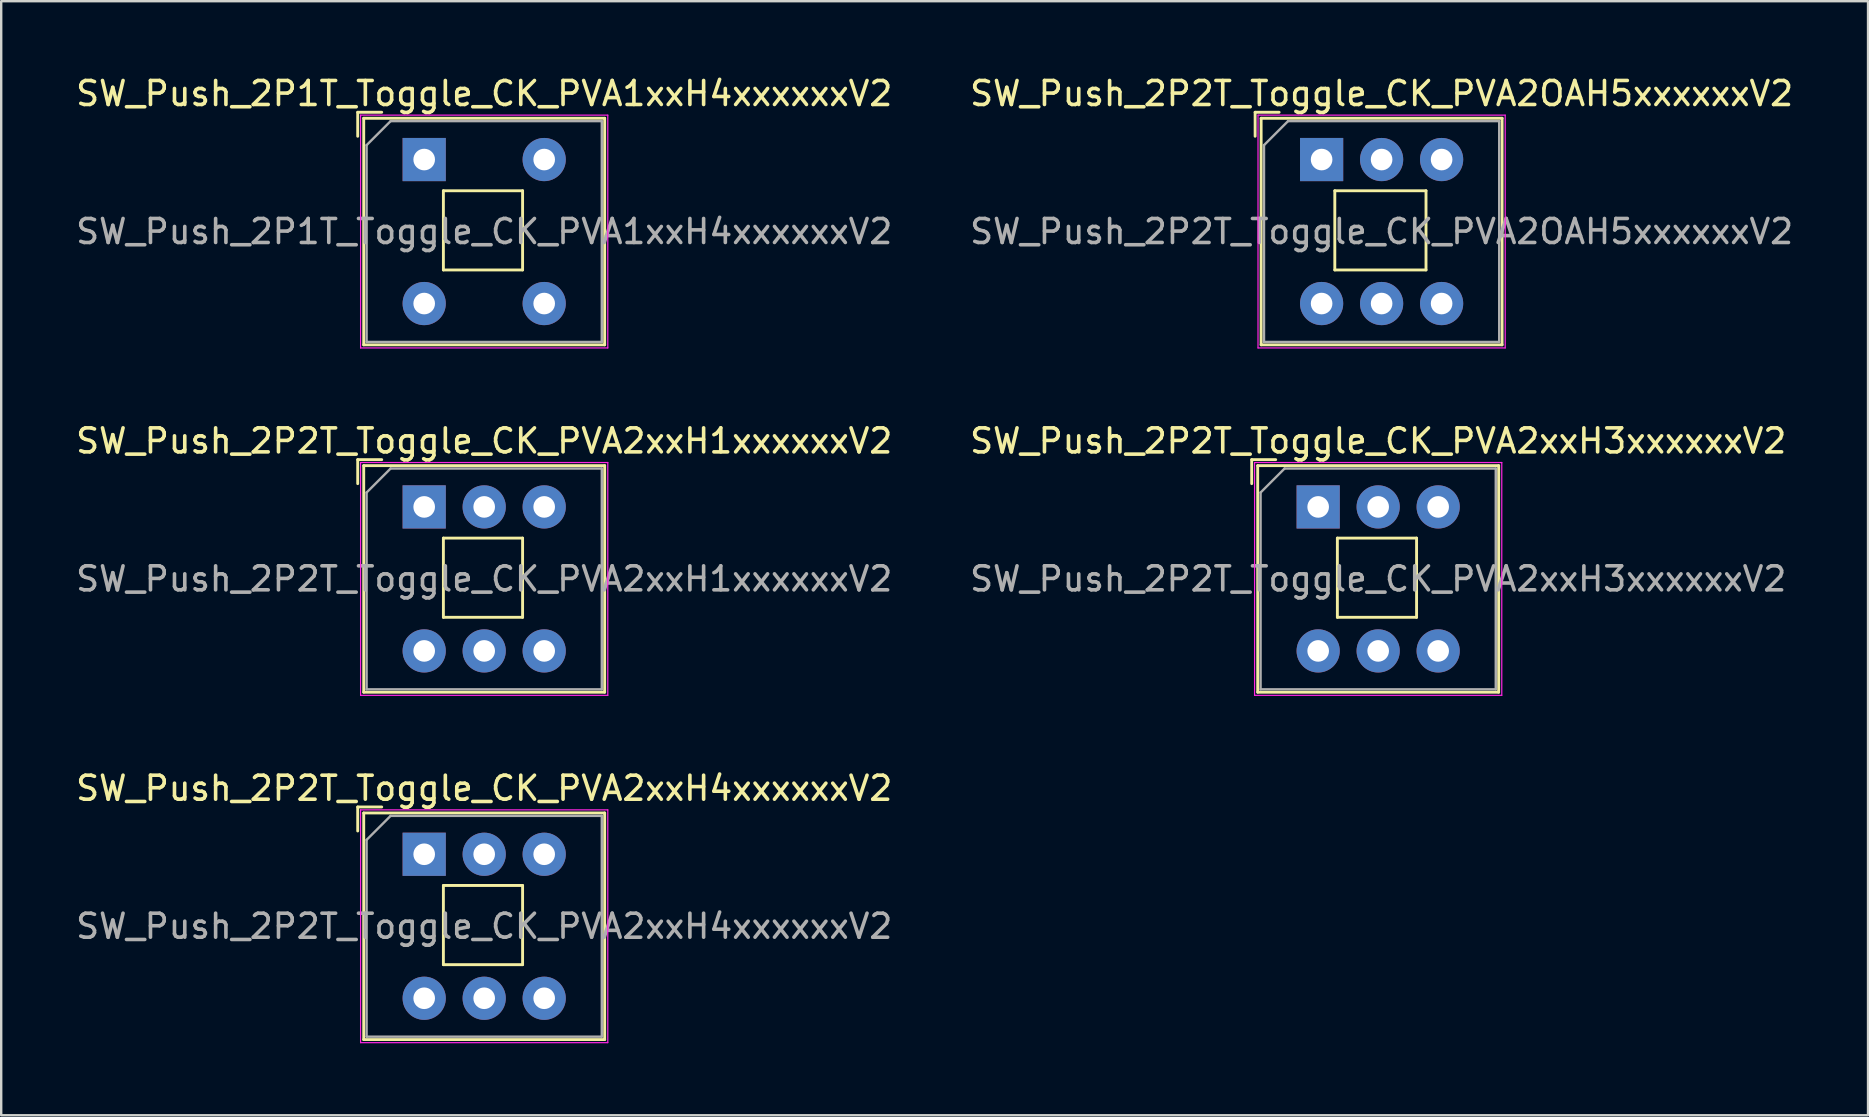
<source format=kicad_pcb>
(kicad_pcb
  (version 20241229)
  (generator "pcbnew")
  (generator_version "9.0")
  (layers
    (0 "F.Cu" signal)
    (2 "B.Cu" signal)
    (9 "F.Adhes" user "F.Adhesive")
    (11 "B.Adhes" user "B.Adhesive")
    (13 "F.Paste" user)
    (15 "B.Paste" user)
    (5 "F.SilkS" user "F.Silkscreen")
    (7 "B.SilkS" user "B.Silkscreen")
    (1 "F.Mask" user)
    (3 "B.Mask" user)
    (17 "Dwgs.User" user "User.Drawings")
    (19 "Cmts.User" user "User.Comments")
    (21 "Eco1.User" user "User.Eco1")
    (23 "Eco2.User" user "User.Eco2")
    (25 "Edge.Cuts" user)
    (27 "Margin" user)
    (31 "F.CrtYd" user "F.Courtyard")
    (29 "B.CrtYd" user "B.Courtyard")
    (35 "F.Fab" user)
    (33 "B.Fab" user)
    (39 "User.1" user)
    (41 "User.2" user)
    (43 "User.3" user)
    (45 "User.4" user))
  (footprint "SW_Push_2P2T_Toggle_CK_PVA2OAH5xxxxxxV2"
    (layer "F.Cu")
    (at 52.018 3.598)
    (property "Reference" "SW_Push_2P2T_Toggle_CK_PVA2OAH5xxxxxxV2" (at 2.5 -2.75 0) (layer "F.SilkS") (effects (font (size 1 1) (thickness 0.15))))
    (attr through_hole)
    (fp_line (start -2.77 -0.97) (end -2.77 -1.97) (stroke (width 0.12) (type solid)) (layer "F.SilkS"))
    (fp_line (start -2.52 7.72) (end -2.52 -1.72) (stroke (width 0.12) (type solid)) (layer "F.SilkS"))
    (fp_line (start -1.77 -1.97) (end -2.77 -1.97) (stroke (width 0.12) (type solid)) (layer "F.SilkS"))
    (fp_line (start 0.55 1.3) (end 0.55 4.6) (stroke (width 0.12) (type solid)) (layer "F.SilkS"))
    (fp_line (start 4.35 1.3) (end 0.55 1.3) (stroke (width 0.12) (type solid)) (layer "F.SilkS"))
    (fp_line (start 4.35 1.3) (end 4.35 4.6) (stroke (width 0.12) (type solid)) (layer "F.SilkS"))
    (fp_line (start 4.35 4.6) (end 0.55 4.6) (stroke (width 0.12) (type solid)) (layer "F.SilkS"))
    (fp_line (start 7.52 -1.72) (end -2.52 -1.72) (stroke (width 0.12) (type solid)) (layer "F.SilkS"))
    (fp_line (start 7.52 7.72) (end -2.52 7.72) (stroke (width 0.12) (type solid)) (layer "F.SilkS"))
    (fp_line (start 7.52 7.72) (end 7.52 -1.72) (stroke (width 0.12) (type solid)) (layer "F.SilkS"))
    (fp_line (start -2.65 -1.85) (end 7.65 -1.85) (stroke (width 0.05) (type solid)) (layer "F.CrtYd"))
    (fp_line (start -2.65 7.85) (end -2.65 -1.85) (stroke (width 0.05) (type solid)) (layer "F.CrtYd"))
    (fp_line (start -2.65 7.85) (end 7.65 7.85) (stroke (width 0.05) (type solid)) (layer "F.CrtYd"))
    (fp_line (start 7.65 -1.85) (end 7.65 7.85) (stroke (width 0.05) (type solid)) (layer "F.CrtYd"))
    (fp_line (start -2.4 -0.6) (end -1.4 -1.6) (stroke (width 0.1) (type solid)) (layer "F.Fab"))
    (fp_line (start -2.4 7.6) (end -2.4 -0.6) (stroke (width 0.1) (type solid)) (layer "F.Fab"))
    (fp_line (start -1.4 -1.6) (end 7.4 -1.6) (stroke (width 0.1) (type solid)) (layer "F.Fab"))
    (fp_line (start 7.4 -1.6) (end 7.4 7.6) (stroke (width 0.1) (type solid)) (layer "F.Fab"))
    (fp_line (start 7.4 7.6) (end -2.4 7.6) (stroke (width 0.1) (type solid)) (layer "F.Fab"))
    (fp_text user "${REFERENCE}" (at 2.5 3 0) (layer "F.Fab") (effects (font (size 1 1) (thickness 0.15))))
    (pad "1" thru_hole rect (at 0 0) (size 1.8 1.8) (drill 0.9) (layers "*.Cu" "*.Mask"))
    (pad "2" thru_hole circle (at 2.5 0) (size 1.8 1.8) (drill 0.9) (layers "*.Cu" "*.Mask"))
    (pad "3" thru_hole circle (at 5 0) (size 1.8 1.8) (drill 0.9) (layers "*.Cu" "*.Mask"))
    (pad "4" thru_hole circle (at 0 6) (size 1.8 1.8) (drill 0.9) (layers "*.Cu" "*.Mask"))
    (pad "5" thru_hole circle (at 2.5 6) (size 1.8 1.8) (drill 0.9) (layers "*.Cu" "*.Mask"))
    (pad "6" thru_hole circle (at 5 6) (size 1.8 1.8) (drill 0.9) (layers "*.Cu" "*.Mask")))
  (footprint "SW_Push_2P1T_Toggle_CK_PVA1xxH4xxxxxxV2"
    (layer "F.Cu")
    (at 14.625 3.598)
    (property "Reference" "SW_Push_2P1T_Toggle_CK_PVA1xxH4xxxxxxV2" (at 2.5 -2.75 0) (layer "F.SilkS") (effects (font (size 1 1) (thickness 0.15))))
    (attr through_hole)
    (fp_line (start -2.77 -0.97) (end -2.77 -1.97) (stroke (width 0.12) (type solid)) (layer "F.SilkS"))
    (fp_line (start -2.52 7.72) (end -2.52 -1.72) (stroke (width 0.12) (type solid)) (layer "F.SilkS"))
    (fp_line (start -1.77 -1.97) (end -2.77 -1.97) (stroke (width 0.12) (type solid)) (layer "F.SilkS"))
    (fp_line (start 0.8 1.3) (end 0.8 4.6) (stroke (width 0.12) (type solid)) (layer "F.SilkS"))
    (fp_line (start 4.1 1.3) (end 0.8 1.3) (stroke (width 0.12) (type solid)) (layer "F.SilkS"))
    (fp_line (start 4.1 1.3) (end 4.1 4.6) (stroke (width 0.12) (type solid)) (layer "F.SilkS"))
    (fp_line (start 4.1 4.6) (end 0.8 4.6) (stroke (width 0.12) (type solid)) (layer "F.SilkS"))
    (fp_line (start 7.52 -1.72) (end -2.52 -1.72) (stroke (width 0.12) (type solid)) (layer "F.SilkS"))
    (fp_line (start 7.52 7.72) (end -2.52 7.72) (stroke (width 0.12) (type solid)) (layer "F.SilkS"))
    (fp_line (start 7.52 7.72) (end 7.52 -1.72) (stroke (width 0.12) (type solid)) (layer "F.SilkS"))
    (fp_line (start -2.65 -1.85) (end 7.65 -1.85) (stroke (width 0.05) (type solid)) (layer "F.CrtYd"))
    (fp_line (start -2.65 7.85) (end -2.65 -1.85) (stroke (width 0.05) (type solid)) (layer "F.CrtYd"))
    (fp_line (start -2.65 7.85) (end 7.65 7.85) (stroke (width 0.05) (type solid)) (layer "F.CrtYd"))
    (fp_line (start 7.65 -1.85) (end 7.65 7.85) (stroke (width 0.05) (type solid)) (layer "F.CrtYd"))
    (fp_line (start -2.4 -0.6) (end -1.4 -1.6) (stroke (width 0.1) (type solid)) (layer "F.Fab"))
    (fp_line (start -2.4 7.6) (end -2.4 -0.6) (stroke (width 0.1) (type solid)) (layer "F.Fab"))
    (fp_line (start -1.4 -1.6) (end 7.4 -1.6) (stroke (width 0.1) (type solid)) (layer "F.Fab"))
    (fp_line (start 7.4 -1.6) (end 7.4 7.6) (stroke (width 0.1) (type solid)) (layer "F.Fab"))
    (fp_line (start 7.4 7.6) (end -2.4 7.6) (stroke (width 0.1) (type solid)) (layer "F.Fab"))
    (fp_text user "${REFERENCE}" (at 2.5 3 0) (layer "F.Fab") (effects (font (size 1 1) (thickness 0.15))))
    (pad "1" thru_hole rect (at 0 0) (size 1.8 1.8) (drill 0.9) (layers "*.Cu" "*.Mask"))
    (pad "2" thru_hole circle (at 5 0) (size 1.8 1.8) (drill 0.9) (layers "*.Cu" "*.Mask"))
    (pad "3" thru_hole circle (at 0 6) (size 1.8 1.8) (drill 0.9) (layers "*.Cu" "*.Mask"))
    (pad "4" thru_hole circle (at 5 6) (size 1.8 1.8) (drill 0.9) (layers "*.Cu" "*.Mask")))
  (footprint "SW_Push_2P2T_Toggle_CK_PVA2xxH1xxxxxxV2"
    (layer "F.Cu")
    (at 14.625 18.072)
    (property "Reference" "SW_Push_2P2T_Toggle_CK_PVA2xxH1xxxxxxV2" (at 2.5 -2.75 0) (layer "F.SilkS") (effects (font (size 1 1) (thickness 0.15))))
    (attr through_hole)
    (fp_line (start -2.77 -0.97) (end -2.77 -1.97) (stroke (width 0.12) (type solid)) (layer "F.SilkS"))
    (fp_line (start -2.52 7.72) (end -2.52 -1.72) (stroke (width 0.12) (type solid)) (layer "F.SilkS"))
    (fp_line (start -1.77 -1.97) (end -2.77 -1.97) (stroke (width 0.12) (type solid)) (layer "F.SilkS"))
    (fp_line (start 0.8 1.3) (end 0.8 4.6) (stroke (width 0.12) (type solid)) (layer "F.SilkS"))
    (fp_line (start 4.1 1.3) (end 0.8 1.3) (stroke (width 0.12) (type solid)) (layer "F.SilkS"))
    (fp_line (start 4.1 1.3) (end 4.1 4.6) (stroke (width 0.12) (type solid)) (layer "F.SilkS"))
    (fp_line (start 4.1 4.6) (end 0.8 4.6) (stroke (width 0.12) (type solid)) (layer "F.SilkS"))
    (fp_line (start 7.52 -1.72) (end -2.52 -1.72) (stroke (width 0.12) (type solid)) (layer "F.SilkS"))
    (fp_line (start 7.52 7.72) (end -2.52 7.72) (stroke (width 0.12) (type solid)) (layer "F.SilkS"))
    (fp_line (start 7.52 7.72) (end 7.52 -1.72) (stroke (width 0.12) (type solid)) (layer "F.SilkS"))
    (fp_line (start -2.65 -1.85) (end 7.65 -1.85) (stroke (width 0.05) (type solid)) (layer "F.CrtYd"))
    (fp_line (start -2.65 7.85) (end -2.65 -1.85) (stroke (width 0.05) (type solid)) (layer "F.CrtYd"))
    (fp_line (start -2.65 7.85) (end 7.65 7.85) (stroke (width 0.05) (type solid)) (layer "F.CrtYd"))
    (fp_line (start 7.65 -1.85) (end 7.65 7.85) (stroke (width 0.05) (type solid)) (layer "F.CrtYd"))
    (fp_line (start -2.4 -0.6) (end -1.4 -1.6) (stroke (width 0.1) (type solid)) (layer "F.Fab"))
    (fp_line (start -2.4 7.6) (end -2.4 -0.6) (stroke (width 0.1) (type solid)) (layer "F.Fab"))
    (fp_line (start -1.4 -1.6) (end 7.4 -1.6) (stroke (width 0.1) (type solid)) (layer "F.Fab"))
    (fp_line (start 7.4 -1.6) (end 7.4 7.6) (stroke (width 0.1) (type solid)) (layer "F.Fab"))
    (fp_line (start 7.4 7.6) (end -2.4 7.6) (stroke (width 0.1) (type solid)) (layer "F.Fab"))
    (fp_text user "${REFERENCE}" (at 2.5 3 0) (layer "F.Fab") (effects (font (size 1 1) (thickness 0.15))))
    (pad "1" thru_hole rect (at 0 0) (size 1.8 1.8) (drill 0.9) (layers "*.Cu" "*.Mask"))
    (pad "2" thru_hole circle (at 2.5 0) (size 1.8 1.8) (drill 0.9) (layers "*.Cu" "*.Mask"))
    (pad "3" thru_hole circle (at 5 0) (size 1.8 1.8) (drill 0.9) (layers "*.Cu" "*.Mask"))
    (pad "4" thru_hole circle (at 0 6) (size 1.8 1.8) (drill 0.9) (layers "*.Cu" "*.Mask"))
    (pad "5" thru_hole circle (at 2.5 6) (size 1.8 1.8) (drill 0.9) (layers "*.Cu" "*.Mask"))
    (pad "6" thru_hole circle (at 5 6) (size 1.8 1.8) (drill 0.9) (layers "*.Cu" "*.Mask")))
  (footprint "SW_Push_2P2T_Toggle_CK_PVA2xxH4xxxxxxV2"
    (layer "F.Cu")
    (at 14.625 32.545)
    (property "Reference" "SW_Push_2P2T_Toggle_CK_PVA2xxH4xxxxxxV2" (at 2.5 -2.75 0) (layer "F.SilkS") (effects (font (size 1 1) (thickness 0.15))))
    (attr through_hole)
    (fp_line (start -2.77 -0.97) (end -2.77 -1.97) (stroke (width 0.12) (type solid)) (layer "F.SilkS"))
    (fp_line (start -2.52 7.72) (end -2.52 -1.72) (stroke (width 0.12) (type solid)) (layer "F.SilkS"))
    (fp_line (start -1.77 -1.97) (end -2.77 -1.97) (stroke (width 0.12) (type solid)) (layer "F.SilkS"))
    (fp_line (start 0.8 1.3) (end 0.8 4.6) (stroke (width 0.12) (type solid)) (layer "F.SilkS"))
    (fp_line (start 4.1 1.3) (end 0.8 1.3) (stroke (width 0.12) (type solid)) (layer "F.SilkS"))
    (fp_line (start 4.1 1.3) (end 4.1 4.6) (stroke (width 0.12) (type solid)) (layer "F.SilkS"))
    (fp_line (start 4.1 4.6) (end 0.8 4.6) (stroke (width 0.12) (type solid)) (layer "F.SilkS"))
    (fp_line (start 7.52 -1.72) (end -2.52 -1.72) (stroke (width 0.12) (type solid)) (layer "F.SilkS"))
    (fp_line (start 7.52 7.72) (end -2.52 7.72) (stroke (width 0.12) (type solid)) (layer "F.SilkS"))
    (fp_line (start 7.52 7.72) (end 7.52 -1.72) (stroke (width 0.12) (type solid)) (layer "F.SilkS"))
    (fp_line (start -2.65 -1.85) (end 7.65 -1.85) (stroke (width 0.05) (type solid)) (layer "F.CrtYd"))
    (fp_line (start -2.65 7.85) (end -2.65 -1.85) (stroke (width 0.05) (type solid)) (layer "F.CrtYd"))
    (fp_line (start -2.65 7.85) (end 7.65 7.85) (stroke (width 0.05) (type solid)) (layer "F.CrtYd"))
    (fp_line (start 7.65 -1.85) (end 7.65 7.85) (stroke (width 0.05) (type solid)) (layer "F.CrtYd"))
    (fp_line (start -2.4 -0.6) (end -1.4 -1.6) (stroke (width 0.1) (type solid)) (layer "F.Fab"))
    (fp_line (start -2.4 7.6) (end -2.4 -0.6) (stroke (width 0.1) (type solid)) (layer "F.Fab"))
    (fp_line (start -1.4 -1.6) (end 7.4 -1.6) (stroke (width 0.1) (type solid)) (layer "F.Fab"))
    (fp_line (start 7.4 -1.6) (end 7.4 7.6) (stroke (width 0.1) (type solid)) (layer "F.Fab"))
    (fp_line (start 7.4 7.6) (end -2.4 7.6) (stroke (width 0.1) (type solid)) (layer "F.Fab"))
    (fp_text user "${REFERENCE}" (at 2.5 3 0) (layer "F.Fab") (effects (font (size 1 1) (thickness 0.15))))
    (pad "1" thru_hole rect (at 0 0) (size 1.8 1.8) (drill 0.9) (layers "*.Cu" "*.Mask"))
    (pad "2" thru_hole circle (at 2.5 0) (size 1.8 1.8) (drill 0.9) (layers "*.Cu" "*.Mask"))
    (pad "3" thru_hole circle (at 5 0) (size 1.8 1.8) (drill 0.9) (layers "*.Cu" "*.Mask"))
    (pad "4" thru_hole circle (at 0 6) (size 1.8 1.8) (drill 0.9) (layers "*.Cu" "*.Mask"))
    (pad "5" thru_hole circle (at 2.5 6) (size 1.8 1.8) (drill 0.9) (layers "*.Cu" "*.Mask"))
    (pad "6" thru_hole circle (at 5 6) (size 1.8 1.8) (drill 0.9) (layers "*.Cu" "*.Mask")))
  (footprint "SW_Push_2P2T_Toggle_CK_PVA2xxH3xxxxxxV2"
    (layer "F.Cu")
    (at 51.875 18.072)
    (property "Reference" "SW_Push_2P2T_Toggle_CK_PVA2xxH3xxxxxxV2" (at 2.5 -2.75 0) (layer "F.SilkS") (effects (font (size 1 1) (thickness 0.15))))
    (attr through_hole)
    (fp_line (start -2.77 -0.97) (end -2.77 -1.97) (stroke (width 0.12) (type solid)) (layer "F.SilkS"))
    (fp_line (start -2.52 7.72) (end -2.52 -1.72) (stroke (width 0.12) (type solid)) (layer "F.SilkS"))
    (fp_line (start -1.77 -1.97) (end -2.77 -1.97) (stroke (width 0.12) (type solid)) (layer "F.SilkS"))
    (fp_line (start 0.8 1.3) (end 0.8 4.6) (stroke (width 0.12) (type solid)) (layer "F.SilkS"))
    (fp_line (start 4.1 1.3) (end 0.8 1.3) (stroke (width 0.12) (type solid)) (layer "F.SilkS"))
    (fp_line (start 4.1 1.3) (end 4.1 4.6) (stroke (width 0.12) (type solid)) (layer "F.SilkS"))
    (fp_line (start 4.1 4.6) (end 0.8 4.6) (stroke (width 0.12) (type solid)) (layer "F.SilkS"))
    (fp_line (start 7.52 -1.72) (end -2.52 -1.72) (stroke (width 0.12) (type solid)) (layer "F.SilkS"))
    (fp_line (start 7.52 7.72) (end -2.52 7.72) (stroke (width 0.12) (type solid)) (layer "F.SilkS"))
    (fp_line (start 7.52 7.72) (end 7.52 -1.72) (stroke (width 0.12) (type solid)) (layer "F.SilkS"))
    (fp_line (start -2.65 -1.85) (end 7.65 -1.85) (stroke (width 0.05) (type solid)) (layer "F.CrtYd"))
    (fp_line (start -2.65 7.85) (end -2.65 -1.85) (stroke (width 0.05) (type solid)) (layer "F.CrtYd"))
    (fp_line (start -2.65 7.85) (end 7.65 7.85) (stroke (width 0.05) (type solid)) (layer "F.CrtYd"))
    (fp_line (start 7.65 -1.85) (end 7.65 7.85) (stroke (width 0.05) (type solid)) (layer "F.CrtYd"))
    (fp_line (start -2.4 -0.6) (end -1.4 -1.6) (stroke (width 0.1) (type solid)) (layer "F.Fab"))
    (fp_line (start -2.4 7.6) (end -2.4 -0.6) (stroke (width 0.1) (type solid)) (layer "F.Fab"))
    (fp_line (start -1.4 -1.6) (end 7.4 -1.6) (stroke (width 0.1) (type solid)) (layer "F.Fab"))
    (fp_line (start 7.4 -1.6) (end 7.4 7.6) (stroke (width 0.1) (type solid)) (layer "F.Fab"))
    (fp_line (start 7.4 7.6) (end -2.4 7.6) (stroke (width 0.1) (type solid)) (layer "F.Fab"))
    (fp_text user "${REFERENCE}" (at 2.5 3 0) (layer "F.Fab") (effects (font (size 1 1) (thickness 0.15))))
    (pad "1" thru_hole rect (at 0 0) (size 1.8 1.8) (drill 0.9) (layers "*.Cu" "*.Mask"))
    (pad "2" thru_hole circle (at 2.5 0) (size 1.8 1.8) (drill 0.9) (layers "*.Cu" "*.Mask"))
    (pad "3" thru_hole circle (at 5 0) (size 1.8 1.8) (drill 0.9) (layers "*.Cu" "*.Mask"))
    (pad "4" thru_hole circle (at 0 6) (size 1.8 1.8) (drill 0.9) (layers "*.Cu" "*.Mask"))
    (pad "5" thru_hole circle (at 2.5 6) (size 1.8 1.8) (drill 0.9) (layers "*.Cu" "*.Mask"))
    (pad "6" thru_hole circle (at 5 6) (size 1.8 1.8) (drill 0.9) (layers "*.Cu" "*.Mask")))
  (gr_rect
    (start -3 -3)
    (end 74.786 43.42)
    (stroke (width 0.1) (type default))
    (fill no)
    (layer "Edge.Cuts")))
</source>
